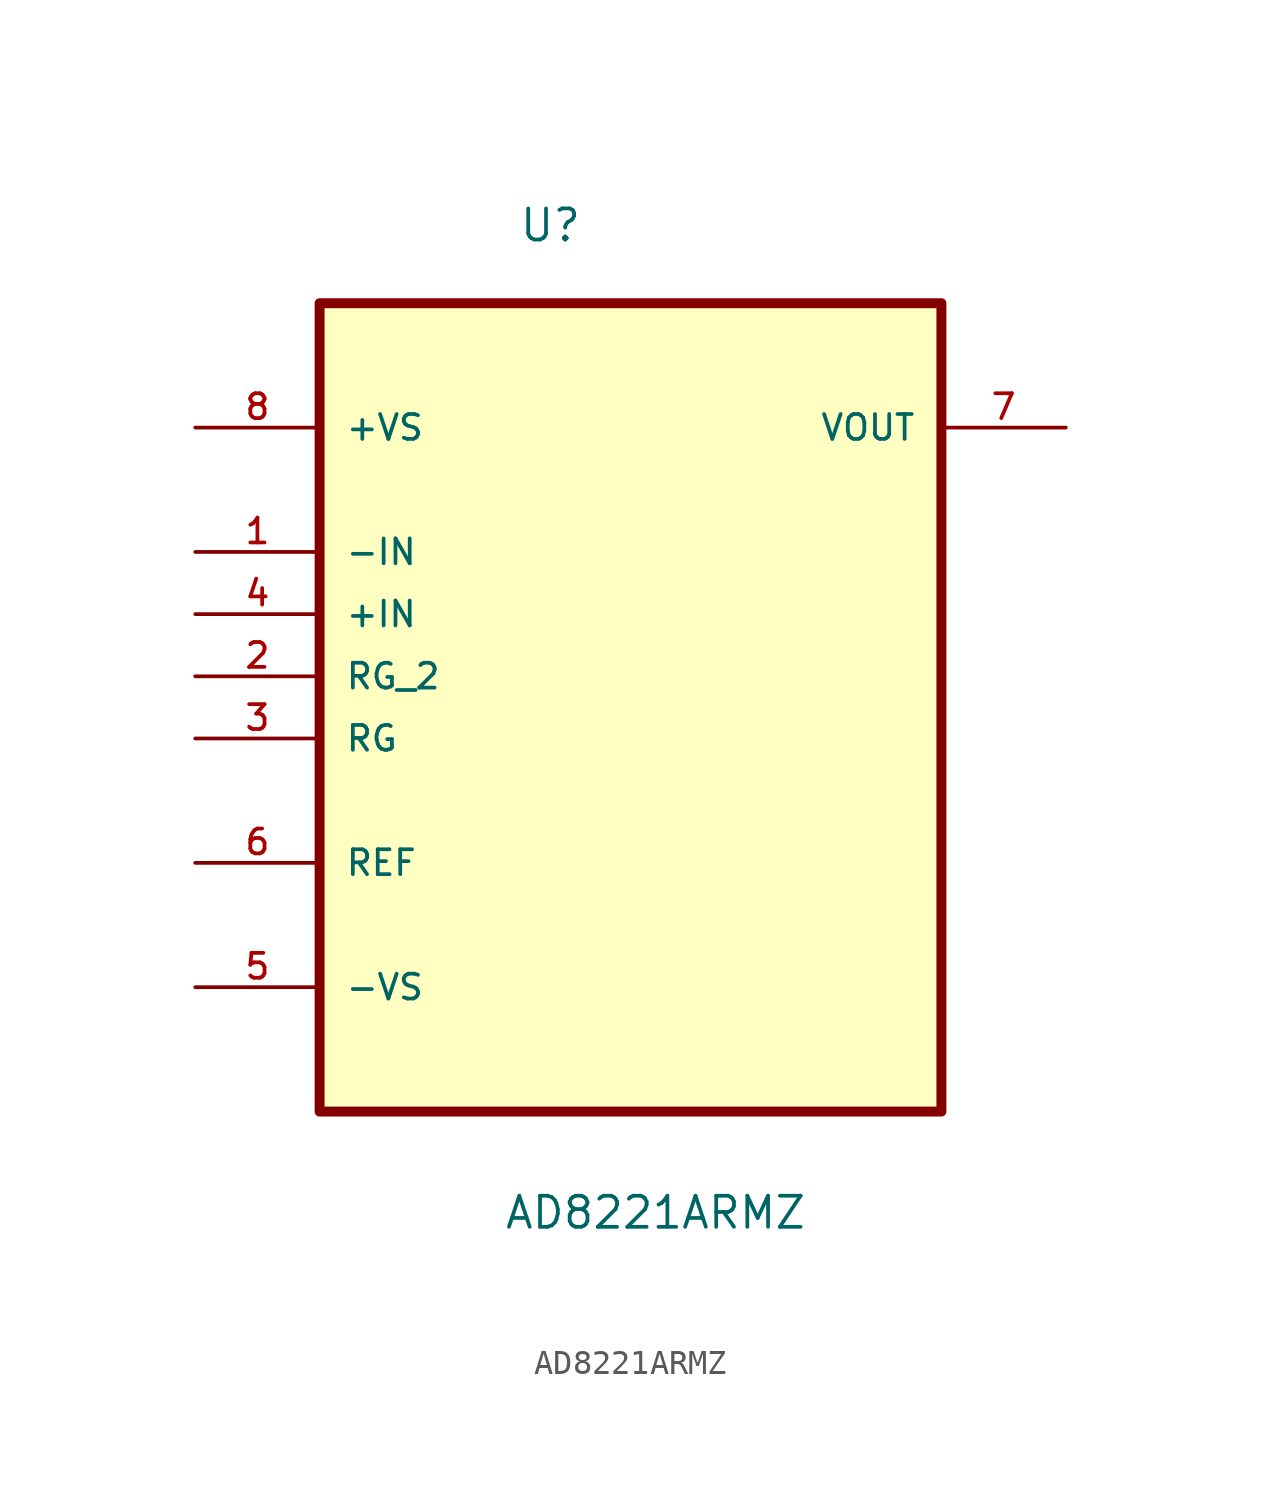
<source format=kicad_sym>
(kicad_symbol_lib
  (version 20211014)
  (generator kicad_symbol_editor)
  (symbol "AD8221ARMZ"
    (pin_names
      (offset 1.016))
    (property "Reference" "U"
      (at -4.58 15.139 0)
      (effects (font (size 1.27 1.27)) (justify left bottom)))
    (property "Value" "AD8221ARMZ"
      (at -5.186 -25.191 0)
      (effects (font (size 1.27 1.27)) (justify left bottom)))
    (symbol "AD8221ARMZ_0_0"
      (rectangle (start -12.7 -20.32) (end 12.7 12.7) (stroke (width 0.406) (type default) (color 0 0 0 0)) (fill (type background)))
      (pin input line (at -17.78 2.54 0) (length 5.08) (name "-IN" (effects (font (size 1.016 1.016)))) (number "1" (effects (font (size 1.016 1.016)))))
      (pin input line (at -17.78 -2.54 0) (length 5.08) (name "RG_2" (effects (font (size 1.016 1.016)))) (number "2" (effects (font (size 1.016 1.016)))))
      (pin input line (at -17.78 -5.08 0) (length 5.08) (name "RG" (effects (font (size 1.016 1.016)))) (number "3" (effects (font (size 1.016 1.016)))))
      (pin input line (at -17.78 0 0) (length 5.08) (name "+IN" (effects (font (size 1.016 1.016)))) (number "4" (effects (font (size 1.016 1.016)))))
      (pin power_in line (at -17.78 -15.24 0) (length 5.08) (name "-VS" (effects (font (size 1.016 1.016)))) (number "5" (effects (font (size 1.016 1.016)))))
      (pin passive line (at -17.78 -10.16 0) (length 5.08) (name "REF" (effects (font (size 1.016 1.016)))) (number "6" (effects (font (size 1.016 1.016)))))
      (pin output line (at 17.78 7.62 180) (length 5.08) (name "VOUT" (effects (font (size 1.016 1.016)))) (number "7" (effects (font (size 1.016 1.016)))))
      (pin power_in line (at -17.78 7.62 0) (length 5.08) (name "+VS" (effects (font (size 1.016 1.016)))) (number "8" (effects (font (size 1.016 1.016))))))))
</source>
